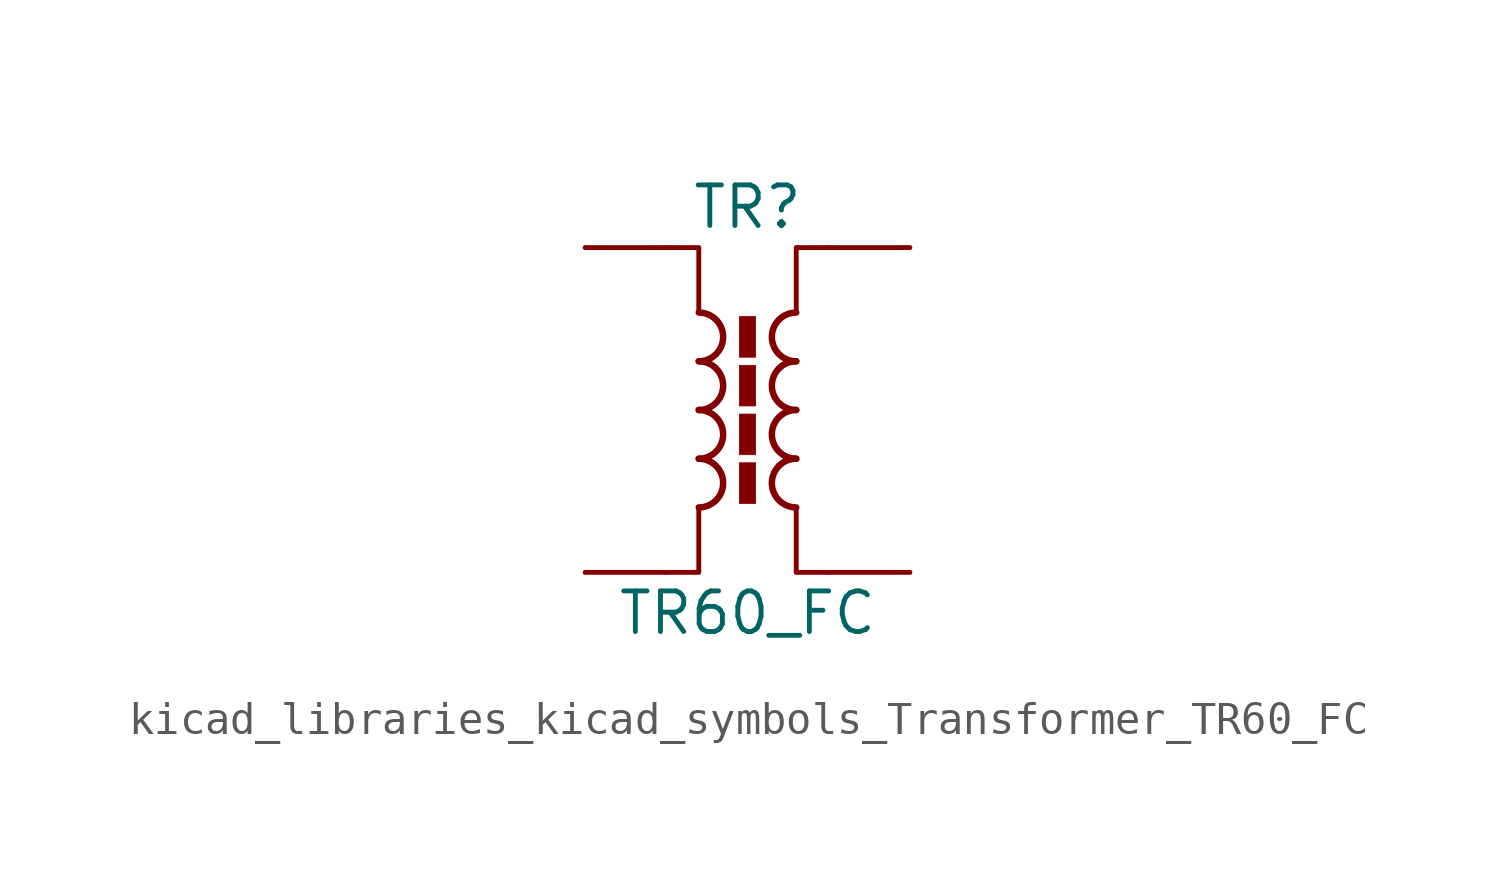
<source format=kicad_sym>
(kicad_symbol_lib
  (version 20220914)
  (generator kicad_symbol_editor)
  (symbol "kicad_libraries_kicad_symbols_Transformer_TR60_FC"
    (pin_numbers hide)
    (pin_names
      (offset 0))
    (property "Reference" "TR"
      (at 0 6.35 0)
      (effects (font (size 1.27 1.27))))
    (property "Value" "TR60_FC"
      (at 0 -6.35 0)
      (effects (font (size 1.27 1.27))))
    (symbol "kicad_libraries_kicad_symbols_Transformer_TR60_FC_0_1"
      (arc (start -1.524 -3.048) (mid -0.7653 -2.286) (end -1.524 -1.524) (stroke (width 0.2032) (type default)) (fill (type none)))
      (arc (start -1.524 -1.524) (mid -0.7653 -0.762) (end -1.524 0) (stroke (width 0.2032) (type default)) (fill (type none)))
      (arc (start -1.524 0) (mid -0.7653 0.762) (end -1.524 1.524) (stroke (width 0.2032) (type default)) (fill (type none)))
      (arc (start -1.524 1.524) (mid -0.7653 2.286) (end -1.524 3.048) (stroke (width 0.2032) (type default)) (fill (type none)))
      (rectangle (start -0.254 -1.651) (end 0.254 -2.921) (stroke (width 0.025) (type default)) (fill (type outline)))
      (rectangle (start -0.254 -0.127) (end 0.254 -1.397) (stroke (width 0.025) (type default)) (fill (type outline)))
      (rectangle (start -0.254 1.397) (end 0.254 0.127) (stroke (width 0.025) (type default)) (fill (type outline)))
      (rectangle (start -0.254 2.921) (end 0.254 1.651) (stroke (width 0.025) (type default)) (fill (type outline)))
      (polyline (pts (xy -2.54 5.08) (xy -1.524 5.08) (xy -1.524 3.048) (xy -1.524 3.048)) (stroke (width 0.152) (type default)) (fill (type none)))
      (polyline (pts (xy -1.524 -3.048) (xy -1.524 -5.08) (xy -2.54 -5.08) (xy -2.54 -5.08)) (stroke (width 0.152) (type default)) (fill (type none)))
      (polyline (pts (xy 1.524 3.048) (xy 1.524 5.08) (xy 2.54 5.08) (xy 2.54 5.08)) (stroke (width 0.152) (type default)) (fill (type none)))
      (polyline (pts (xy 2.54 -5.08) (xy 1.524 -5.08) (xy 1.524 -3.048) (xy 1.524 -3.048)) (stroke (width 0.152) (type default)) (fill (type none)))
      (arc (start 1.524 -1.524) (mid 0.7653 -2.286) (end 1.524 -3.048) (stroke (width 0.2032) (type default)) (fill (type none)))
      (arc (start 1.524 0) (mid 0.7653 -0.762) (end 1.524 -1.524) (stroke (width 0.2032) (type default)) (fill (type none)))
      (arc (start 1.524 1.524) (mid 0.7653 0.762) (end 1.524 0) (stroke (width 0.2032) (type default)) (fill (type none)))
      (arc (start 1.524 3.048) (mid 0.7653 2.286) (end 1.524 1.524) (stroke (width 0.2032) (type default)) (fill (type none))))
    (symbol "kicad_libraries_kicad_symbols_Transformer_TR60_FC_1_1"
      (pin passive line (at -5.08 5.08 0) (length 2.54) (name "~" (effects (font (size 1.27 1.27)))) (number "1" (effects (font (size 1.27 1.27)))))
      (pin passive line (at -5.08 -5.08 0) (length 2.54) (name "~" (effects (font (size 1.27 1.27)))) (number "2" (effects (font (size 1.27 1.27)))))
      (pin passive line (at 5.08 5.08 180) (length 2.54) (name "~" (effects (font (size 1.27 1.27)))) (number "3" (effects (font (size 1.27 1.27)))))
      (pin passive line (at 5.08 -5.08 180) (length 2.54) (name "~" (effects (font (size 1.27 1.27)))) (number "4" (effects (font (size 1.27 1.27))))))))
</source>
